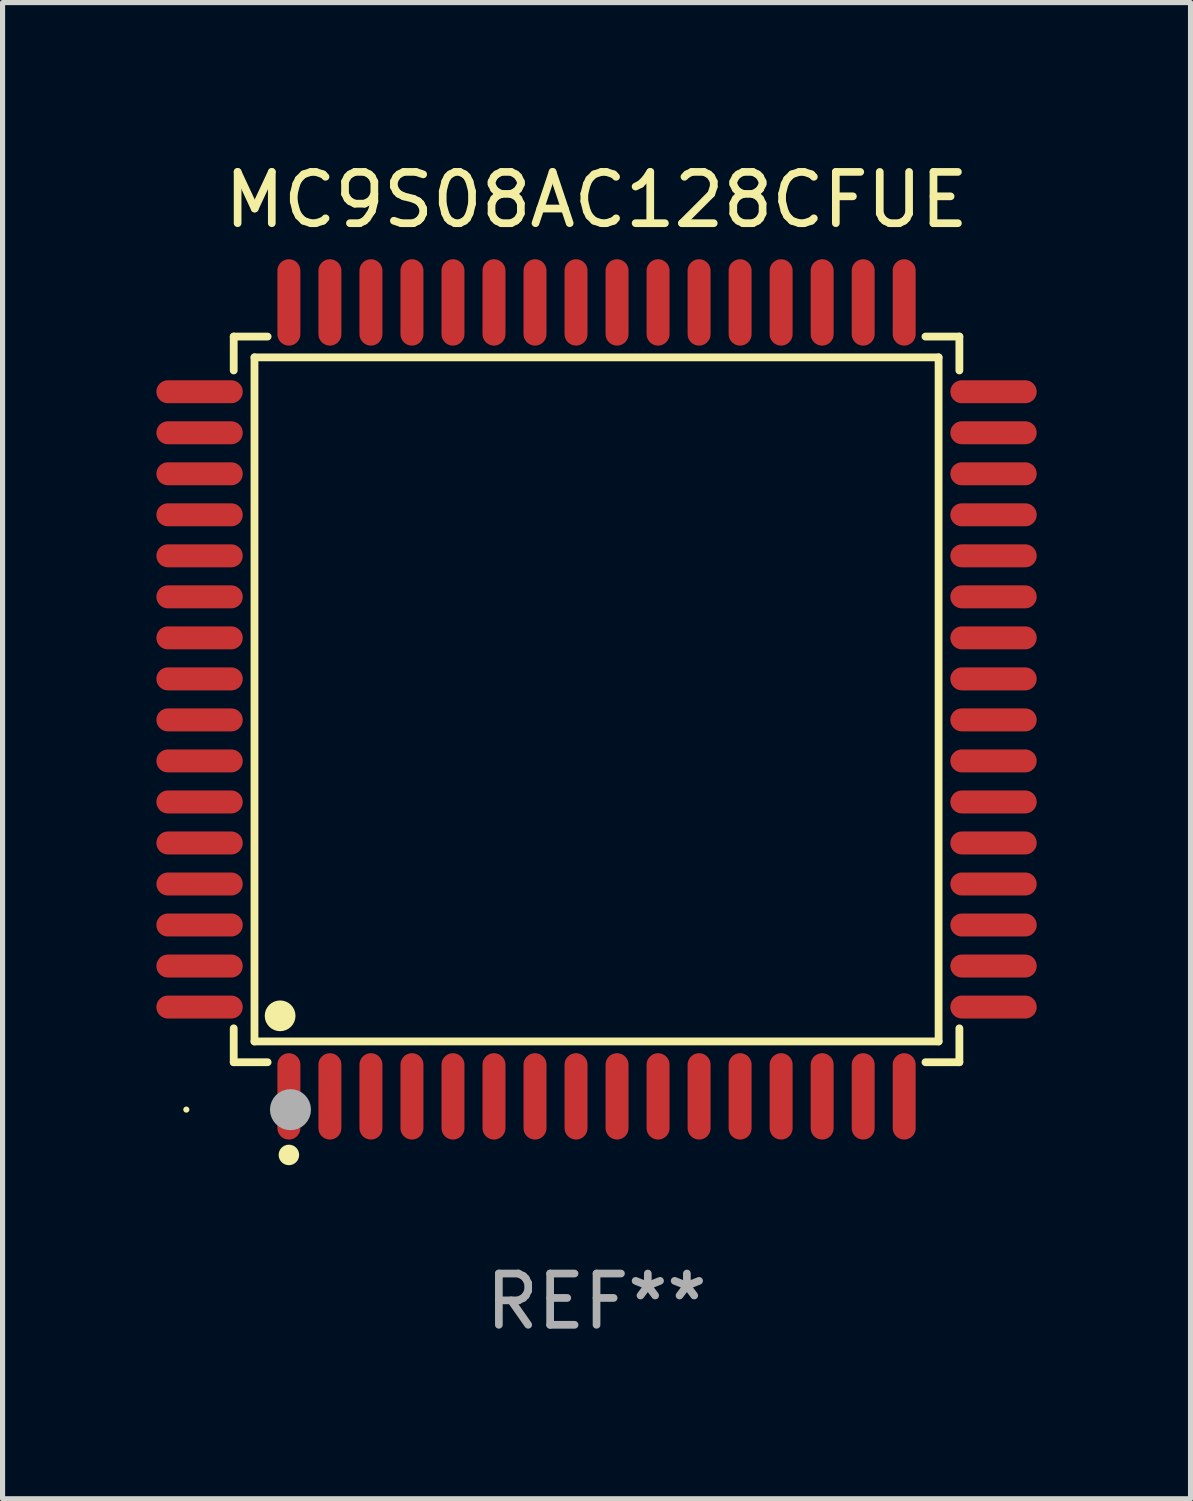
<source format=kicad_pcb>
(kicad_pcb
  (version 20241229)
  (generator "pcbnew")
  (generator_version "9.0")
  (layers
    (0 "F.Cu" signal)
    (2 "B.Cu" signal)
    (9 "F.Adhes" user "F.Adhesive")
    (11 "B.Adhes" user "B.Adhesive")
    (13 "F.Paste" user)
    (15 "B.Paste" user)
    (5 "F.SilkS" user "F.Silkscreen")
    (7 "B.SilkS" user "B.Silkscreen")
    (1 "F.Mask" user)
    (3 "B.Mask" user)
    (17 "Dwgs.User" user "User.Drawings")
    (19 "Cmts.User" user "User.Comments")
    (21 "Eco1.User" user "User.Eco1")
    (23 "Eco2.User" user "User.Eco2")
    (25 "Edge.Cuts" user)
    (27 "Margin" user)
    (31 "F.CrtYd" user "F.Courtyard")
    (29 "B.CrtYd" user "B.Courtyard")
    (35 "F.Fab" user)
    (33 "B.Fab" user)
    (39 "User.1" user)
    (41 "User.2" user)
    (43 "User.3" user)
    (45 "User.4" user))
  (footprint "MC9S08AC128CFUE"
    (layer "F.Cu")
    (at 8.584 10.59)
    (property "Reference" "MC9S08AC128CFUE" (at 0 -9.742 0) (layer "F.SilkS") (effects (font (size 1 1) (thickness 0.15))))
    (attr through_hole)
    (fp_line (start -7.076 -7.076) (end -6.415 -7.076) (stroke (width 0.152) (type solid)) (layer "F.SilkS"))
    (fp_line (start -7.076 -6.415) (end -7.076 -7.076) (stroke (width 0.152) (type solid)) (layer "F.SilkS"))
    (fp_line (start -7.076 6.415) (end -7.076 7.076) (stroke (width 0.152) (type solid)) (layer "F.SilkS"))
    (fp_line (start -7.076 7.076) (end -6.415 7.076) (stroke (width 0.152) (type solid)) (layer "F.SilkS"))
    (fp_line (start -6.671 -6.671) (end 6.671 -6.671) (stroke (width 0.152) (type solid)) (layer "F.SilkS"))
    (fp_line (start -6.671 6.671) (end -6.671 -6.671) (stroke (width 0.152) (type solid)) (layer "F.SilkS"))
    (fp_line (start 6.671 -6.671) (end 6.671 6.671) (stroke (width 0.152) (type solid)) (layer "F.SilkS"))
    (fp_line (start 6.671 6.671) (end -6.671 6.671) (stroke (width 0.152) (type solid)) (layer "F.SilkS"))
    (fp_line (start 7.076 -7.076) (end 6.415 -7.076) (stroke (width 0.152) (type solid)) (layer "F.SilkS"))
    (fp_line (start 7.076 -6.415) (end 7.076 -7.076) (stroke (width 0.152) (type solid)) (layer "F.SilkS"))
    (fp_line (start 7.076 6.415) (end 7.076 7.076) (stroke (width 0.152) (type solid)) (layer "F.SilkS"))
    (fp_line (start 7.076 7.076) (end 6.415 7.076) (stroke (width 0.152) (type solid)) (layer "F.SilkS"))
    (fp_circle (center -8 8) (end -7.97 8) (stroke (width 0.06) (type solid)) (fill no) (layer "F.SilkS"))
    (fp_circle (center -6.171 6.171) (end -6.021 6.171) (stroke (width 0.3) (type solid)) (fill no) (layer "F.SilkS"))
    (fp_circle (center -6 8.884) (end -5.9 8.884) (stroke (width 0.2) (type solid)) (fill no) (layer "F.SilkS"))
    (fp_circle (center -5.969 8.001) (end -5.769 8.001) (stroke (width 0.4) (type solid)) (fill no) (layer "F.Fab"))
    (fp_text user "REF**" (at 0 11.742 0) (layer "F.Fab") (effects (font (size 1 1) (thickness 0.15))))
    (pad "1" smd oval (at -6 7.742) (size 0.448 1.684) (layers "F.Cu" "F.Mask" "F.Paste"))
    (pad "2" smd oval (at -5.2 7.742) (size 0.448 1.684) (layers "F.Cu" "F.Mask" "F.Paste"))
    (pad "3" smd oval (at -4.4 7.742) (size 0.448 1.684) (layers "F.Cu" "F.Mask" "F.Paste"))
    (pad "4" smd oval (at -3.6 7.742) (size 0.448 1.684) (layers "F.Cu" "F.Mask" "F.Paste"))
    (pad "5" smd oval (at -2.8 7.742) (size 0.448 1.684) (layers "F.Cu" "F.Mask" "F.Paste"))
    (pad "6" smd oval (at -2 7.742) (size 0.448 1.684) (layers "F.Cu" "F.Mask" "F.Paste"))
    (pad "7" smd oval (at -1.2 7.742) (size 0.448 1.684) (layers "F.Cu" "F.Mask" "F.Paste"))
    (pad "8" smd oval (at -0.4 7.742) (size 0.448 1.684) (layers "F.Cu" "F.Mask" "F.Paste"))
    (pad "9" smd oval (at 0.4 7.742) (size 0.448 1.684) (layers "F.Cu" "F.Mask" "F.Paste"))
    (pad "10" smd oval (at 1.2 7.742) (size 0.448 1.684) (layers "F.Cu" "F.Mask" "F.Paste"))
    (pad "11" smd oval (at 2 7.742) (size 0.448 1.684) (layers "F.Cu" "F.Mask" "F.Paste"))
    (pad "12" smd oval (at 2.8 7.742) (size 0.448 1.684) (layers "F.Cu" "F.Mask" "F.Paste"))
    (pad "13" smd oval (at 3.6 7.742) (size 0.448 1.684) (layers "F.Cu" "F.Mask" "F.Paste"))
    (pad "14" smd oval (at 4.4 7.742) (size 0.448 1.684) (layers "F.Cu" "F.Mask" "F.Paste"))
    (pad "15" smd oval (at 5.2 7.742) (size 0.448 1.684) (layers "F.Cu" "F.Mask" "F.Paste"))
    (pad "16" smd oval (at 6 7.742) (size 0.448 1.684) (layers "F.Cu" "F.Mask" "F.Paste"))
    (pad "17" smd oval (at 7.742 6) (size 1.684 0.448) (layers "F.Cu" "F.Mask" "F.Paste"))
    (pad "18" smd oval (at 7.742 5.2) (size 1.684 0.448) (layers "F.Cu" "F.Mask" "F.Paste"))
    (pad "19" smd oval (at 7.742 4.4) (size 1.684 0.448) (layers "F.Cu" "F.Mask" "F.Paste"))
    (pad "20" smd oval (at 7.742 3.6) (size 1.684 0.448) (layers "F.Cu" "F.Mask" "F.Paste"))
    (pad "21" smd oval (at 7.742 2.8) (size 1.684 0.448) (layers "F.Cu" "F.Mask" "F.Paste"))
    (pad "22" smd oval (at 7.742 2) (size 1.684 0.448) (layers "F.Cu" "F.Mask" "F.Paste"))
    (pad "23" smd oval (at 7.742 1.2) (size 1.684 0.448) (layers "F.Cu" "F.Mask" "F.Paste"))
    (pad "24" smd oval (at 7.742 0.4) (size 1.684 0.448) (layers "F.Cu" "F.Mask" "F.Paste"))
    (pad "25" smd oval (at 7.742 -0.4) (size 1.684 0.448) (layers "F.Cu" "F.Mask" "F.Paste"))
    (pad "26" smd oval (at 7.742 -1.2) (size 1.684 0.448) (layers "F.Cu" "F.Mask" "F.Paste"))
    (pad "27" smd oval (at 7.742 -2) (size 1.684 0.448) (layers "F.Cu" "F.Mask" "F.Paste"))
    (pad "28" smd oval (at 7.742 -2.8) (size 1.684 0.448) (layers "F.Cu" "F.Mask" "F.Paste"))
    (pad "29" smd oval (at 7.742 -3.6) (size 1.684 0.448) (layers "F.Cu" "F.Mask" "F.Paste"))
    (pad "30" smd oval (at 7.742 -4.4) (size 1.684 0.448) (layers "F.Cu" "F.Mask" "F.Paste"))
    (pad "31" smd oval (at 7.742 -5.2) (size 1.684 0.448) (layers "F.Cu" "F.Mask" "F.Paste"))
    (pad "32" smd oval (at 7.742 -6) (size 1.684 0.448) (layers "F.Cu" "F.Mask" "F.Paste"))
    (pad "33" smd oval (at 6 -7.742) (size 0.448 1.684) (layers "F.Cu" "F.Mask" "F.Paste"))
    (pad "34" smd oval (at 5.2 -7.742) (size 0.448 1.684) (layers "F.Cu" "F.Mask" "F.Paste"))
    (pad "35" smd oval (at 4.4 -7.742) (size 0.448 1.684) (layers "F.Cu" "F.Mask" "F.Paste"))
    (pad "36" smd oval (at 3.6 -7.742) (size 0.448 1.684) (layers "F.Cu" "F.Mask" "F.Paste"))
    (pad "37" smd oval (at 2.8 -7.742) (size 0.448 1.684) (layers "F.Cu" "F.Mask" "F.Paste"))
    (pad "38" smd oval (at 2 -7.742) (size 0.448 1.684) (layers "F.Cu" "F.Mask" "F.Paste"))
    (pad "39" smd oval (at 1.2 -7.742) (size 0.448 1.684) (layers "F.Cu" "F.Mask" "F.Paste"))
    (pad "40" smd oval (at 0.4 -7.742) (size 0.448 1.684) (layers "F.Cu" "F.Mask" "F.Paste"))
    (pad "41" smd oval (at -0.4 -7.742) (size 0.448 1.684) (layers "F.Cu" "F.Mask" "F.Paste"))
    (pad "42" smd oval (at -1.2 -7.742) (size 0.448 1.684) (layers "F.Cu" "F.Mask" "F.Paste"))
    (pad "43" smd oval (at -2 -7.742) (size 0.448 1.684) (layers "F.Cu" "F.Mask" "F.Paste"))
    (pad "44" smd oval (at -2.8 -7.742) (size 0.448 1.684) (layers "F.Cu" "F.Mask" "F.Paste"))
    (pad "45" smd oval (at -3.6 -7.742) (size 0.448 1.684) (layers "F.Cu" "F.Mask" "F.Paste"))
    (pad "46" smd oval (at -4.4 -7.742) (size 0.448 1.684) (layers "F.Cu" "F.Mask" "F.Paste"))
    (pad "47" smd oval (at -5.2 -7.742) (size 0.448 1.684) (layers "F.Cu" "F.Mask" "F.Paste"))
    (pad "48" smd oval (at -6 -7.742) (size 0.448 1.684) (layers "F.Cu" "F.Mask" "F.Paste"))
    (pad "49" smd oval (at -7.742 -6) (size 1.684 0.448) (layers "F.Cu" "F.Mask" "F.Paste"))
    (pad "50" smd oval (at -7.742 -5.2) (size 1.684 0.448) (layers "F.Cu" "F.Mask" "F.Paste"))
    (pad "51" smd oval (at -7.742 -4.4) (size 1.684 0.448) (layers "F.Cu" "F.Mask" "F.Paste"))
    (pad "52" smd oval (at -7.742 -3.6) (size 1.684 0.448) (layers "F.Cu" "F.Mask" "F.Paste"))
    (pad "53" smd oval (at -7.742 -2.8) (size 1.684 0.448) (layers "F.Cu" "F.Mask" "F.Paste"))
    (pad "54" smd oval (at -7.742 -2) (size 1.684 0.448) (layers "F.Cu" "F.Mask" "F.Paste"))
    (pad "55" smd oval (at -7.742 -1.2) (size 1.684 0.448) (layers "F.Cu" "F.Mask" "F.Paste"))
    (pad "56" smd oval (at -7.742 -0.4) (size 1.684 0.448) (layers "F.Cu" "F.Mask" "F.Paste"))
    (pad "57" smd oval (at -7.742 0.4) (size 1.684 0.448) (layers "F.Cu" "F.Mask" "F.Paste"))
    (pad "58" smd oval (at -7.742 1.2) (size 1.684 0.448) (layers "F.Cu" "F.Mask" "F.Paste"))
    (pad "59" smd oval (at -7.742 2) (size 1.684 0.448) (layers "F.Cu" "F.Mask" "F.Paste"))
    (pad "60" smd oval (at -7.742 2.8) (size 1.684 0.448) (layers "F.Cu" "F.Mask" "F.Paste"))
    (pad "61" smd oval (at -7.742 3.6) (size 1.684 0.448) (layers "F.Cu" "F.Mask" "F.Paste"))
    (pad "62" smd oval (at -7.742 4.4) (size 1.684 0.448) (layers "F.Cu" "F.Mask" "F.Paste"))
    (pad "63" smd oval (at -7.742 5.2) (size 1.684 0.448) (layers "F.Cu" "F.Mask" "F.Paste"))
    (pad "64" smd oval (at -7.742 6) (size 1.684 0.448) (layers "F.Cu" "F.Mask" "F.Paste")))
  (gr_rect
    (start -3 -3)
    (end 20.168 26.18)
    (stroke (width 0.1) (type default))
    (fill no)
    (layer "Edge.Cuts")))
</source>
